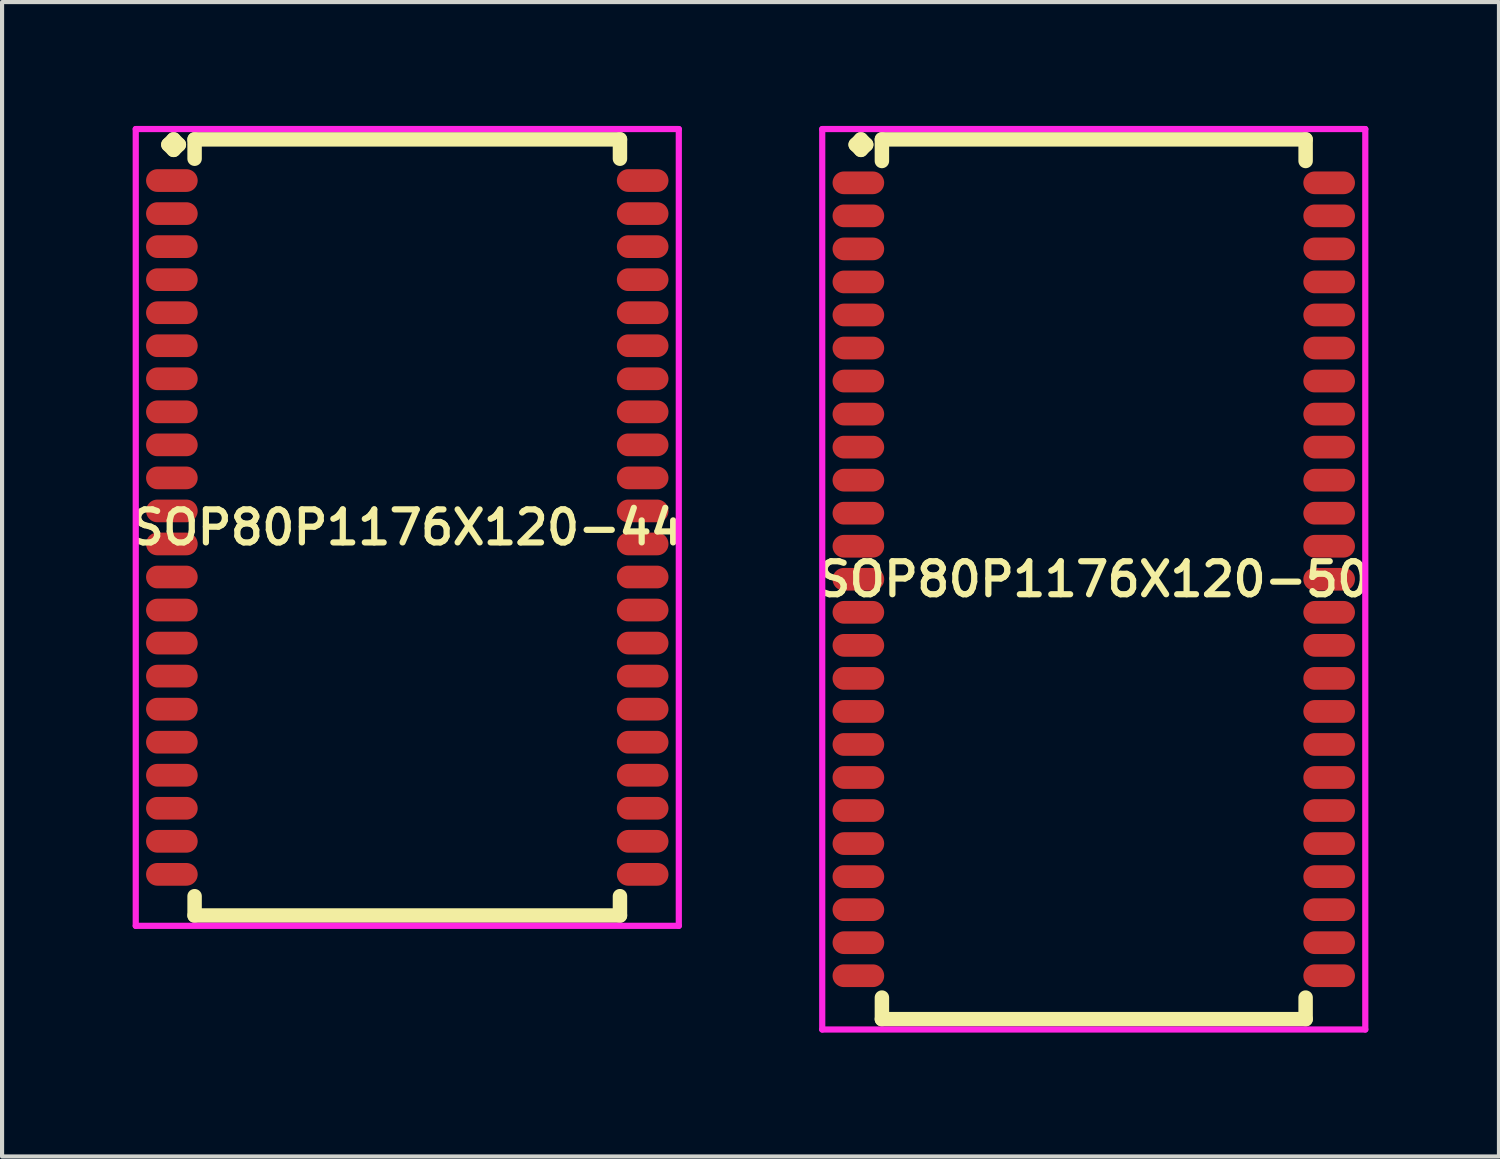
<source format=kicad_pcb>
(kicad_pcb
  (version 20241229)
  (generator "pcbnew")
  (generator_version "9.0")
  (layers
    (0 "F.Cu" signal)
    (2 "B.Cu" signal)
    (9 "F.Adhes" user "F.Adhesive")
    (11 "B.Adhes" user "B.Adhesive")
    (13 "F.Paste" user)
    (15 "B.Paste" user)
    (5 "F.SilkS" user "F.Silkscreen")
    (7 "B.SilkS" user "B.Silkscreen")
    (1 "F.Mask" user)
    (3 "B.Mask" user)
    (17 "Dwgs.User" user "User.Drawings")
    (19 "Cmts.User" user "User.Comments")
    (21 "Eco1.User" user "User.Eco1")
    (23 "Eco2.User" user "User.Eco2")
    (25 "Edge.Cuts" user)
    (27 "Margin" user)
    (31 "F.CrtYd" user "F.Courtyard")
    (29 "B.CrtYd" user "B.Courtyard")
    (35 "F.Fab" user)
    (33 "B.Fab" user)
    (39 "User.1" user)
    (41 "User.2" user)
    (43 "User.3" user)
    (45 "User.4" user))
  (footprint "SOP80P1176X120-44"
    (layer "F.Cu")
    (at 6.812 9.722)
    (property "Reference" "SOP80P1176X120-44" (at 0 0 0) (layer "F.SilkS") (effects (font (size 0.8 0.8) (thickness 0.15))))
    (attr through_hole)
    (fp_line (start -5.785 -9.27) (end -5.658 -9.397) (stroke (width 0.35) (type solid)) (layer "F.SilkS"))
    (fp_line (start -5.658 -9.397) (end -5.531 -9.27) (stroke (width 0.35) (type solid)) (layer "F.SilkS"))
    (fp_line (start -5.658 -9.143) (end -5.785 -9.27) (stroke (width 0.35) (type solid)) (layer "F.SilkS"))
    (fp_line (start -5.531 -9.27) (end -5.658 -9.143) (stroke (width 0.35) (type solid)) (layer "F.SilkS"))
    (fp_line (start -5.15 -9.397) (end 5.15 -9.397) (stroke (width 0.35) (type solid)) (layer "F.SilkS"))
    (fp_line (start -5.15 -8.929) (end -5.15 -9.397) (stroke (width 0.35) (type solid)) (layer "F.SilkS"))
    (fp_line (start -5.15 8.929) (end -5.15 9.397) (stroke (width 0.35) (type solid)) (layer "F.SilkS"))
    (fp_line (start -5.15 9.397) (end 5.15 9.397) (stroke (width 0.35) (type solid)) (layer "F.SilkS"))
    (fp_line (start 5.15 -9.397) (end 5.15 -8.929) (stroke (width 0.35) (type solid)) (layer "F.SilkS"))
    (fp_line (start 5.15 9.397) (end 5.15 8.929) (stroke (width 0.35) (type solid)) (layer "F.SilkS"))
    (fp_line (start -6.575 -9.647) (end 6.575 -9.647) (stroke (width 0.15) (type solid)) (layer "F.CrtYd"))
    (fp_line (start -6.575 9.647) (end -6.575 -9.647) (stroke (width 0.15) (type solid)) (layer "F.CrtYd"))
    (fp_line (start 6.575 -9.647) (end 6.575 9.647) (stroke (width 0.15) (type solid)) (layer "F.CrtYd"))
    (fp_line (start 6.575 9.647) (end -6.575 9.647) (stroke (width 0.15) (type solid)) (layer "F.CrtYd"))
    (pad "1" smd oval (at -5.7 -8.4) (size 1.25 0.55) (layers "F.Cu" "F.Mask" "F.Paste"))
    (pad "2" smd oval (at -5.7 -7.6) (size 1.25 0.55) (layers "F.Cu" "F.Mask" "F.Paste"))
    (pad "3" smd oval (at -5.7 -6.8) (size 1.25 0.55) (layers "F.Cu" "F.Mask" "F.Paste"))
    (pad "4" smd oval (at -5.7 -6) (size 1.25 0.55) (layers "F.Cu" "F.Mask" "F.Paste"))
    (pad "5" smd oval (at -5.7 -5.2) (size 1.25 0.55) (layers "F.Cu" "F.Mask" "F.Paste"))
    (pad "6" smd oval (at -5.7 -4.4) (size 1.25 0.55) (layers "F.Cu" "F.Mask" "F.Paste"))
    (pad "7" smd oval (at -5.7 -3.6) (size 1.25 0.55) (layers "F.Cu" "F.Mask" "F.Paste"))
    (pad "8" smd oval (at -5.7 -2.8) (size 1.25 0.55) (layers "F.Cu" "F.Mask" "F.Paste"))
    (pad "9" smd oval (at -5.7 -2) (size 1.25 0.55) (layers "F.Cu" "F.Mask" "F.Paste"))
    (pad "10" smd oval (at -5.7 -1.2) (size 1.25 0.55) (layers "F.Cu" "F.Mask" "F.Paste"))
    (pad "11" smd oval (at -5.7 -0.4) (size 1.25 0.55) (layers "F.Cu" "F.Mask" "F.Paste"))
    (pad "12" smd oval (at -5.7 0.4) (size 1.25 0.55) (layers "F.Cu" "F.Mask" "F.Paste"))
    (pad "13" smd oval (at -5.7 1.2) (size 1.25 0.55) (layers "F.Cu" "F.Mask" "F.Paste"))
    (pad "14" smd oval (at -5.7 2) (size 1.25 0.55) (layers "F.Cu" "F.Mask" "F.Paste"))
    (pad "15" smd oval (at -5.7 2.8) (size 1.25 0.55) (layers "F.Cu" "F.Mask" "F.Paste"))
    (pad "16" smd oval (at -5.7 3.6) (size 1.25 0.55) (layers "F.Cu" "F.Mask" "F.Paste"))
    (pad "17" smd oval (at -5.7 4.4) (size 1.25 0.55) (layers "F.Cu" "F.Mask" "F.Paste"))
    (pad "18" smd oval (at -5.7 5.2) (size 1.25 0.55) (layers "F.Cu" "F.Mask" "F.Paste"))
    (pad "19" smd oval (at -5.7 6) (size 1.25 0.55) (layers "F.Cu" "F.Mask" "F.Paste"))
    (pad "20" smd oval (at -5.7 6.8) (size 1.25 0.55) (layers "F.Cu" "F.Mask" "F.Paste"))
    (pad "21" smd oval (at -5.7 7.6) (size 1.25 0.55) (layers "F.Cu" "F.Mask" "F.Paste"))
    (pad "22" smd oval (at -5.7 8.4) (size 1.25 0.55) (layers "F.Cu" "F.Mask" "F.Paste"))
    (pad "23" smd oval (at 5.7 8.4) (size 1.25 0.55) (layers "F.Cu" "F.Mask" "F.Paste"))
    (pad "24" smd oval (at 5.7 7.6) (size 1.25 0.55) (layers "F.Cu" "F.Mask" "F.Paste"))
    (pad "25" smd oval (at 5.7 6.8) (size 1.25 0.55) (layers "F.Cu" "F.Mask" "F.Paste"))
    (pad "26" smd oval (at 5.7 6) (size 1.25 0.55) (layers "F.Cu" "F.Mask" "F.Paste"))
    (pad "27" smd oval (at 5.7 5.2) (size 1.25 0.55) (layers "F.Cu" "F.Mask" "F.Paste"))
    (pad "28" smd oval (at 5.7 4.4) (size 1.25 0.55) (layers "F.Cu" "F.Mask" "F.Paste"))
    (pad "29" smd oval (at 5.7 3.6) (size 1.25 0.55) (layers "F.Cu" "F.Mask" "F.Paste"))
    (pad "30" smd oval (at 5.7 2.8) (size 1.25 0.55) (layers "F.Cu" "F.Mask" "F.Paste"))
    (pad "31" smd oval (at 5.7 2) (size 1.25 0.55) (layers "F.Cu" "F.Mask" "F.Paste"))
    (pad "32" smd oval (at 5.7 1.2) (size 1.25 0.55) (layers "F.Cu" "F.Mask" "F.Paste"))
    (pad "33" smd oval (at 5.7 0.4) (size 1.25 0.55) (layers "F.Cu" "F.Mask" "F.Paste"))
    (pad "34" smd oval (at 5.7 -0.4) (size 1.25 0.55) (layers "F.Cu" "F.Mask" "F.Paste"))
    (pad "35" smd oval (at 5.7 -1.2) (size 1.25 0.55) (layers "F.Cu" "F.Mask" "F.Paste"))
    (pad "36" smd oval (at 5.7 -2) (size 1.25 0.55) (layers "F.Cu" "F.Mask" "F.Paste"))
    (pad "37" smd oval (at 5.7 -2.8) (size 1.25 0.55) (layers "F.Cu" "F.Mask" "F.Paste"))
    (pad "38" smd oval (at 5.7 -3.6) (size 1.25 0.55) (layers "F.Cu" "F.Mask" "F.Paste"))
    (pad "39" smd oval (at 5.7 -4.4) (size 1.25 0.55) (layers "F.Cu" "F.Mask" "F.Paste"))
    (pad "40" smd oval (at 5.7 -5.2) (size 1.25 0.55) (layers "F.Cu" "F.Mask" "F.Paste"))
    (pad "41" smd oval (at 5.7 -6) (size 1.25 0.55) (layers "F.Cu" "F.Mask" "F.Paste"))
    (pad "42" smd oval (at 5.7 -6.8) (size 1.25 0.55) (layers "F.Cu" "F.Mask" "F.Paste"))
    (pad "43" smd oval (at 5.7 -7.6) (size 1.25 0.55) (layers "F.Cu" "F.Mask" "F.Paste"))
    (pad "44" smd oval (at 5.7 -8.4) (size 1.25 0.55) (layers "F.Cu" "F.Mask" "F.Paste")))
  (footprint "SOP80P1176X120-50"
    (layer "F.Cu")
    (at 23.435 10.977)
    (property "Reference" "SOP80P1176X120-50" (at 0 0 0) (layer "F.SilkS") (effects (font (size 0.8 0.8) (thickness 0.15))))
    (attr smd)
    (fp_line (start -5.765 -10.525) (end -5.638 -10.652) (stroke (width 0.35) (type solid)) (layer "F.SilkS"))
    (fp_line (start -5.638 -10.652) (end -5.511 -10.525) (stroke (width 0.35) (type solid)) (layer "F.SilkS"))
    (fp_line (start -5.638 -10.398) (end -5.765 -10.525) (stroke (width 0.35) (type solid)) (layer "F.SilkS"))
    (fp_line (start -5.511 -10.525) (end -5.638 -10.398) (stroke (width 0.35) (type solid)) (layer "F.SilkS"))
    (fp_line (start -5.13 -10.652) (end 5.13 -10.652) (stroke (width 0.35) (type solid)) (layer "F.SilkS"))
    (fp_line (start -5.13 -10.129) (end -5.13 -10.652) (stroke (width 0.35) (type solid)) (layer "F.SilkS"))
    (fp_line (start -5.13 10.129) (end -5.13 10.652) (stroke (width 0.35) (type solid)) (layer "F.SilkS"))
    (fp_line (start -5.13 10.652) (end 5.13 10.652) (stroke (width 0.35) (type solid)) (layer "F.SilkS"))
    (fp_line (start 5.13 -10.652) (end 5.13 -10.129) (stroke (width 0.35) (type solid)) (layer "F.SilkS"))
    (fp_line (start 5.13 10.652) (end 5.13 10.129) (stroke (width 0.35) (type solid)) (layer "F.SilkS"))
    (fp_line (start -6.575 -10.902) (end 6.575 -10.902) (stroke (width 0.15) (type solid)) (layer "F.CrtYd"))
    (fp_line (start -6.575 10.902) (end -6.575 -10.902) (stroke (width 0.15) (type solid)) (layer "F.CrtYd"))
    (fp_line (start 6.575 -10.902) (end 6.575 10.902) (stroke (width 0.15) (type solid)) (layer "F.CrtYd"))
    (fp_line (start 6.575 10.902) (end -6.575 10.902) (stroke (width 0.15) (type solid)) (layer "F.CrtYd"))
    (pad "1" smd oval (at -5.7 -9.6) (size 1.25 0.55) (layers "F.Cu" "F.Mask" "F.Paste"))
    (pad "2" smd oval (at -5.7 -8.8) (size 1.25 0.55) (layers "F.Cu" "F.Mask" "F.Paste"))
    (pad "3" smd oval (at -5.7 -8) (size 1.25 0.55) (layers "F.Cu" "F.Mask" "F.Paste"))
    (pad "4" smd oval (at -5.7 -7.2) (size 1.25 0.55) (layers "F.Cu" "F.Mask" "F.Paste"))
    (pad "5" smd oval (at -5.7 -6.4) (size 1.25 0.55) (layers "F.Cu" "F.Mask" "F.Paste"))
    (pad "6" smd oval (at -5.7 -5.6) (size 1.25 0.55) (layers "F.Cu" "F.Mask" "F.Paste"))
    (pad "7" smd oval (at -5.7 -4.8) (size 1.25 0.55) (layers "F.Cu" "F.Mask" "F.Paste"))
    (pad "8" smd oval (at -5.7 -4) (size 1.25 0.55) (layers "F.Cu" "F.Mask" "F.Paste"))
    (pad "9" smd oval (at -5.7 -3.2) (size 1.25 0.55) (layers "F.Cu" "F.Mask" "F.Paste"))
    (pad "10" smd oval (at -5.7 -2.4) (size 1.25 0.55) (layers "F.Cu" "F.Mask" "F.Paste"))
    (pad "11" smd oval (at -5.7 -1.6) (size 1.25 0.55) (layers "F.Cu" "F.Mask" "F.Paste"))
    (pad "12" smd oval (at -5.7 -0.8) (size 1.25 0.55) (layers "F.Cu" "F.Mask" "F.Paste"))
    (pad "13" smd oval (at -5.7 0) (size 1.25 0.55) (layers "F.Cu" "F.Mask" "F.Paste"))
    (pad "14" smd oval (at -5.7 0.8) (size 1.25 0.55) (layers "F.Cu" "F.Mask" "F.Paste"))
    (pad "15" smd oval (at -5.7 1.6) (size 1.25 0.55) (layers "F.Cu" "F.Mask" "F.Paste"))
    (pad "16" smd oval (at -5.7 2.4) (size 1.25 0.55) (layers "F.Cu" "F.Mask" "F.Paste"))
    (pad "17" smd oval (at -5.7 3.2) (size 1.25 0.55) (layers "F.Cu" "F.Mask" "F.Paste"))
    (pad "18" smd oval (at -5.7 4) (size 1.25 0.55) (layers "F.Cu" "F.Mask" "F.Paste"))
    (pad "19" smd oval (at -5.7 4.8) (size 1.25 0.55) (layers "F.Cu" "F.Mask" "F.Paste"))
    (pad "20" smd oval (at -5.7 5.6) (size 1.25 0.55) (layers "F.Cu" "F.Mask" "F.Paste"))
    (pad "21" smd oval (at -5.7 6.4) (size 1.25 0.55) (layers "F.Cu" "F.Mask" "F.Paste"))
    (pad "22" smd oval (at -5.7 7.2) (size 1.25 0.55) (layers "F.Cu" "F.Mask" "F.Paste"))
    (pad "23" smd oval (at -5.7 8) (size 1.25 0.55) (layers "F.Cu" "F.Mask" "F.Paste"))
    (pad "24" smd oval (at -5.7 8.8) (size 1.25 0.55) (layers "F.Cu" "F.Mask" "F.Paste"))
    (pad "25" smd oval (at -5.7 9.6) (size 1.25 0.55) (layers "F.Cu" "F.Mask" "F.Paste"))
    (pad "26" smd oval (at 5.7 9.6) (size 1.25 0.55) (layers "F.Cu" "F.Mask" "F.Paste"))
    (pad "27" smd oval (at 5.7 8.8) (size 1.25 0.55) (layers "F.Cu" "F.Mask" "F.Paste"))
    (pad "28" smd oval (at 5.7 8) (size 1.25 0.55) (layers "F.Cu" "F.Mask" "F.Paste"))
    (pad "29" smd oval (at 5.7 7.2) (size 1.25 0.55) (layers "F.Cu" "F.Mask" "F.Paste"))
    (pad "30" smd oval (at 5.7 6.4) (size 1.25 0.55) (layers "F.Cu" "F.Mask" "F.Paste"))
    (pad "31" smd oval (at 5.7 5.6) (size 1.25 0.55) (layers "F.Cu" "F.Mask" "F.Paste"))
    (pad "32" smd oval (at 5.7 4.8) (size 1.25 0.55) (layers "F.Cu" "F.Mask" "F.Paste"))
    (pad "33" smd oval (at 5.7 4) (size 1.25 0.55) (layers "F.Cu" "F.Mask" "F.Paste"))
    (pad "34" smd oval (at 5.7 3.2) (size 1.25 0.55) (layers "F.Cu" "F.Mask" "F.Paste"))
    (pad "35" smd oval (at 5.7 2.4) (size 1.25 0.55) (layers "F.Cu" "F.Mask" "F.Paste"))
    (pad "36" smd oval (at 5.7 1.6) (size 1.25 0.55) (layers "F.Cu" "F.Mask" "F.Paste"))
    (pad "37" smd oval (at 5.7 0.8) (size 1.25 0.55) (layers "F.Cu" "F.Mask" "F.Paste"))
    (pad "38" smd oval (at 5.7 0) (size 1.25 0.55) (layers "F.Cu" "F.Mask" "F.Paste"))
    (pad "39" smd oval (at 5.7 -0.8) (size 1.25 0.55) (layers "F.Cu" "F.Mask" "F.Paste"))
    (pad "40" smd oval (at 5.7 -1.6) (size 1.25 0.55) (layers "F.Cu" "F.Mask" "F.Paste"))
    (pad "41" smd oval (at 5.7 -2.4) (size 1.25 0.55) (layers "F.Cu" "F.Mask" "F.Paste"))
    (pad "42" smd oval (at 5.7 -3.2) (size 1.25 0.55) (layers "F.Cu" "F.Mask" "F.Paste"))
    (pad "43" smd oval (at 5.7 -4) (size 1.25 0.55) (layers "F.Cu" "F.Mask" "F.Paste"))
    (pad "44" smd oval (at 5.7 -4.8) (size 1.25 0.55) (layers "F.Cu" "F.Mask" "F.Paste"))
    (pad "45" smd oval (at 5.7 -5.6) (size 1.25 0.55) (layers "F.Cu" "F.Mask" "F.Paste"))
    (pad "46" smd oval (at 5.7 -6.4) (size 1.25 0.55) (layers "F.Cu" "F.Mask" "F.Paste"))
    (pad "47" smd oval (at 5.7 -7.2) (size 1.25 0.55) (layers "F.Cu" "F.Mask" "F.Paste"))
    (pad "48" smd oval (at 5.7 -8) (size 1.25 0.55) (layers "F.Cu" "F.Mask" "F.Paste"))
    (pad "49" smd oval (at 5.7 -8.8) (size 1.25 0.55) (layers "F.Cu" "F.Mask" "F.Paste"))
    (pad "50" smd oval (at 5.7 -9.6) (size 1.25 0.55) (layers "F.Cu" "F.Mask" "F.Paste")))
  (gr_rect
    (start -3 -3)
    (end 33.247 24.954)
    (stroke (width 0.1) (type default))
    (fill no)
    (layer "Edge.Cuts")))
</source>
